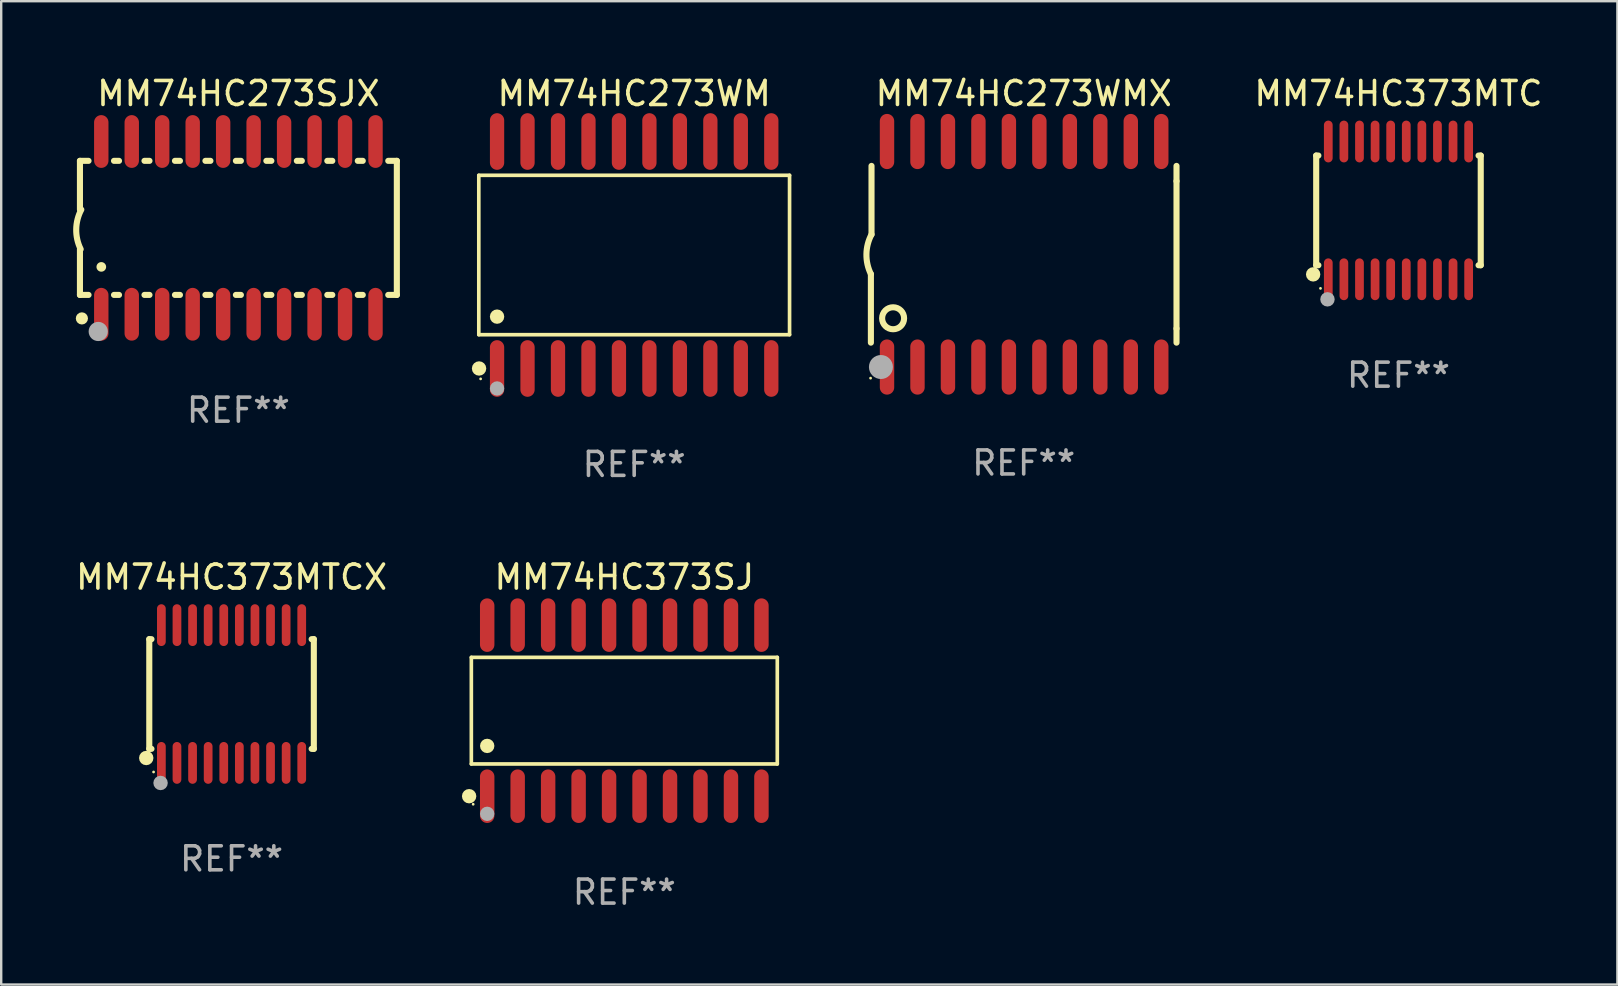
<source format=kicad_pcb>
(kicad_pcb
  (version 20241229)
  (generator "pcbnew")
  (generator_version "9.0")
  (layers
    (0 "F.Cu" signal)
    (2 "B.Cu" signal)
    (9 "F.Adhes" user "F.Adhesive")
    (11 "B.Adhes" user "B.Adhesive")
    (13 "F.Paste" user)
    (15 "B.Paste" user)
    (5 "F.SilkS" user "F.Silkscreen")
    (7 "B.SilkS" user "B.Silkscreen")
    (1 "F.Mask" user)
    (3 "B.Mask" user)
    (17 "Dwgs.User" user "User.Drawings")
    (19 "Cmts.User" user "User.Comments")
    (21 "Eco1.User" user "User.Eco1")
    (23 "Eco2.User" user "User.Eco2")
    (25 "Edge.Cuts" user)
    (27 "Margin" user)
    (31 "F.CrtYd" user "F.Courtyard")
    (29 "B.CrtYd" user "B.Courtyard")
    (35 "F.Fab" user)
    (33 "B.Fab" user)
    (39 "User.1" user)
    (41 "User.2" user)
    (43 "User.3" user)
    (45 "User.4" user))
  (footprint "MM74HC373MTCX"
    (layer "F.Cu")
    (at 6.601 25.876)
    (property "Reference" "MM74HC373MTCX" (at 0 -4.871 0) (layer "F.SilkS") (effects (font (size 1 1) (thickness 0.15))))
    (attr through_hole)
    (fp_line (start -3.429 -2.286) (end -3.429 2.286) (stroke (width 0.254) (type solid)) (layer "F.SilkS"))
    (fp_line (start -3.429 2.286) (end -3.338 2.286) (stroke (width 0.254) (type solid)) (layer "F.SilkS"))
    (fp_line (start -3.338 -2.286) (end -3.429 -2.286) (stroke (width 0.254) (type solid)) (layer "F.SilkS"))
    (fp_line (start 3.338 -2.286) (end 3.429 -2.286) (stroke (width 0.254) (type solid)) (layer "F.SilkS"))
    (fp_line (start 3.429 -2.286) (end 3.429 2.286) (stroke (width 0.254) (type solid)) (layer "F.SilkS"))
    (fp_line (start 3.429 2.286) (end 3.338 2.286) (stroke (width 0.254) (type solid)) (layer "F.SilkS"))
    (fp_circle (center -3.556 2.667) (end -3.406 2.667) (stroke (width 0.3) (type solid)) (fill no) (layer "F.SilkS"))
    (fp_circle (center -3.25 3.25) (end -3.22 3.25) (stroke (width 0.06) (type solid)) (fill no) (layer "F.SilkS"))
    (fp_circle (center -2.959 3.707) (end -2.808 3.707) (stroke (width 0.3) (type solid)) (fill no) (layer "F.Fab"))
    (fp_text user "REF**" (at 0 6.871 0) (layer "F.Fab") (effects (font (size 1 1) (thickness 0.15))))
    (pad "1" smd oval (at -2.925 2.871) (size 0.364 1.742) (layers "F.Cu" "F.Mask" "F.Paste"))
    (pad "2" smd oval (at -2.275 2.871) (size 0.364 1.742) (layers "F.Cu" "F.Mask" "F.Paste"))
    (pad "3" smd oval (at -1.625 2.871) (size 0.364 1.742) (layers "F.Cu" "F.Mask" "F.Paste"))
    (pad "4" smd oval (at -0.975 2.871) (size 0.364 1.742) (layers "F.Cu" "F.Mask" "F.Paste"))
    (pad "5" smd oval (at -0.325 2.871) (size 0.364 1.742) (layers "F.Cu" "F.Mask" "F.Paste"))
    (pad "6" smd oval (at 0.325 2.871) (size 0.364 1.742) (layers "F.Cu" "F.Mask" "F.Paste"))
    (pad "7" smd oval (at 0.975 2.871) (size 0.364 1.742) (layers "F.Cu" "F.Mask" "F.Paste"))
    (pad "8" smd oval (at 1.625 2.871) (size 0.364 1.742) (layers "F.Cu" "F.Mask" "F.Paste"))
    (pad "9" smd oval (at 2.275 2.871) (size 0.364 1.742) (layers "F.Cu" "F.Mask" "F.Paste"))
    (pad "10" smd oval (at 2.925 2.871) (size 0.364 1.742) (layers "F.Cu" "F.Mask" "F.Paste"))
    (pad "11" smd oval (at 2.925 -2.871) (size 0.364 1.742) (layers "F.Cu" "F.Mask" "F.Paste"))
    (pad "12" smd oval (at 2.275 -2.871) (size 0.364 1.742) (layers "F.Cu" "F.Mask" "F.Paste"))
    (pad "13" smd oval (at 1.625 -2.871) (size 0.364 1.742) (layers "F.Cu" "F.Mask" "F.Paste"))
    (pad "14" smd oval (at 0.975 -2.871) (size 0.364 1.742) (layers "F.Cu" "F.Mask" "F.Paste"))
    (pad "15" smd oval (at 0.325 -2.871) (size 0.364 1.742) (layers "F.Cu" "F.Mask" "F.Paste"))
    (pad "16" smd oval (at -0.325 -2.871) (size 0.364 1.742) (layers "F.Cu" "F.Mask" "F.Paste"))
    (pad "17" smd oval (at -0.975 -2.871) (size 0.364 1.742) (layers "F.Cu" "F.Mask" "F.Paste"))
    (pad "18" smd oval (at -1.625 -2.871) (size 0.364 1.742) (layers "F.Cu" "F.Mask" "F.Paste"))
    (pad "19" smd oval (at -2.275 -2.871) (size 0.364 1.742) (layers "F.Cu" "F.Mask" "F.Paste"))
    (pad "20" smd oval (at -2.925 -2.871) (size 0.364 1.742) (layers "F.Cu" "F.Mask" "F.Paste")))
  (footprint "MM74HC373SJ"
    (layer "F.Cu")
    (at 22.971 26.57)
    (property "Reference" "MM74HC373SJ" (at 0 -5.565 0) (layer "F.SilkS") (effects (font (size 1 1) (thickness 0.15))))
    (attr through_hole)
    (fp_line (start -6.376 -2.221) (end 6.376 -2.221) (stroke (width 0.152) (type solid)) (layer "F.SilkS"))
    (fp_line (start -6.376 2.221) (end -6.376 -2.221) (stroke (width 0.152) (type solid)) (layer "F.SilkS"))
    (fp_line (start 6.376 -2.221) (end 6.376 2.221) (stroke (width 0.152) (type solid)) (layer "F.SilkS"))
    (fp_line (start 6.376 2.221) (end -6.376 2.221) (stroke (width 0.152) (type solid)) (layer "F.SilkS"))
    (fp_circle (center -6.468 3.565) (end -6.318 3.565) (stroke (width 0.3) (type solid)) (fill no) (layer "F.SilkS"))
    (fp_circle (center -6.3 3.9) (end -6.27 3.9) (stroke (width 0.06) (type solid)) (fill no) (layer "F.SilkS"))
    (fp_circle (center -5.715 1.469) (end -5.565 1.469) (stroke (width 0.3) (type solid)) (fill no) (layer "F.SilkS"))
    (fp_circle (center -5.715 4.3) (end -5.565 4.3) (stroke (width 0.3) (type solid)) (fill no) (layer "F.Fab"))
    (fp_text user "REF**" (at 0 7.565 0) (layer "F.Fab") (effects (font (size 1 1) (thickness 0.15))))
    (pad "1" smd oval (at -5.715 3.565) (size 0.602 2.231) (layers "F.Cu" "F.Mask" "F.Paste"))
    (pad "2" smd oval (at -4.445 3.565) (size 0.602 2.231) (layers "F.Cu" "F.Mask" "F.Paste"))
    (pad "3" smd oval (at -3.175 3.565) (size 0.602 2.231) (layers "F.Cu" "F.Mask" "F.Paste"))
    (pad "4" smd oval (at -1.905 3.565) (size 0.602 2.231) (layers "F.Cu" "F.Mask" "F.Paste"))
    (pad "5" smd oval (at -0.635 3.565) (size 0.602 2.231) (layers "F.Cu" "F.Mask" "F.Paste"))
    (pad "6" smd oval (at 0.635 3.565) (size 0.602 2.231) (layers "F.Cu" "F.Mask" "F.Paste"))
    (pad "7" smd oval (at 1.905 3.565) (size 0.602 2.231) (layers "F.Cu" "F.Mask" "F.Paste"))
    (pad "8" smd oval (at 3.175 3.565) (size 0.602 2.231) (layers "F.Cu" "F.Mask" "F.Paste"))
    (pad "9" smd oval (at 4.445 3.565) (size 0.602 2.231) (layers "F.Cu" "F.Mask" "F.Paste"))
    (pad "10" smd oval (at 5.715 3.565) (size 0.602 2.231) (layers "F.Cu" "F.Mask" "F.Paste"))
    (pad "11" smd oval (at 5.715 -3.565) (size 0.602 2.231) (layers "F.Cu" "F.Mask" "F.Paste"))
    (pad "12" smd oval (at 4.445 -3.565) (size 0.602 2.231) (layers "F.Cu" "F.Mask" "F.Paste"))
    (pad "13" smd oval (at 3.175 -3.565) (size 0.602 2.231) (layers "F.Cu" "F.Mask" "F.Paste"))
    (pad "14" smd oval (at 1.905 -3.565) (size 0.602 2.231) (layers "F.Cu" "F.Mask" "F.Paste"))
    (pad "15" smd oval (at 0.635 -3.565) (size 0.602 2.231) (layers "F.Cu" "F.Mask" "F.Paste"))
    (pad "16" smd oval (at -0.635 -3.565) (size 0.602 2.231) (layers "F.Cu" "F.Mask" "F.Paste"))
    (pad "17" smd oval (at -1.905 -3.565) (size 0.602 2.231) (layers "F.Cu" "F.Mask" "F.Paste"))
    (pad "18" smd oval (at -3.175 -3.565) (size 0.602 2.231) (layers "F.Cu" "F.Mask" "F.Paste"))
    (pad "19" smd oval (at -4.445 -3.565) (size 0.602 2.231) (layers "F.Cu" "F.Mask" "F.Paste"))
    (pad "20" smd oval (at -5.715 -3.565) (size 0.602 2.231) (layers "F.Cu" "F.Mask" "F.Paste")))
  (footprint "MM74HC273WM"
    (layer "F.Cu")
    (at 23.382 7.578)
    (property "Reference" "MM74HC273WM" (at 0 -6.73 0) (layer "F.SilkS") (effects (font (size 1 1) (thickness 0.15))))
    (attr through_hole)
    (fp_line (start -6.476 -3.321) (end 6.476 -3.321) (stroke (width 0.152) (type solid)) (layer "F.SilkS"))
    (fp_line (start -6.476 3.321) (end -6.476 -3.321) (stroke (width 0.152) (type solid)) (layer "F.SilkS"))
    (fp_line (start 6.476 -3.321) (end 6.476 3.321) (stroke (width 0.152) (type solid)) (layer "F.SilkS"))
    (fp_line (start 6.476 3.321) (end -6.476 3.321) (stroke (width 0.152) (type solid)) (layer "F.SilkS"))
    (fp_circle (center -6.465 4.73) (end -6.315 4.73) (stroke (width 0.3) (type solid)) (fill no) (layer "F.SilkS"))
    (fp_circle (center -6.4 5.163) (end -6.37 5.163) (stroke (width 0.06) (type solid)) (fill no) (layer "F.SilkS"))
    (fp_circle (center -5.715 2.569) (end -5.565 2.569) (stroke (width 0.3) (type solid)) (fill no) (layer "F.SilkS"))
    (fp_circle (center -5.715 5.563) (end -5.565 5.563) (stroke (width 0.3) (type solid)) (fill no) (layer "F.Fab"))
    (fp_text user "REF**" (at 0 8.73 0) (layer "F.Fab") (effects (font (size 1 1) (thickness 0.15))))
    (pad "1" smd oval (at -5.715 4.73) (size 0.595 2.36) (layers "F.Cu" "F.Mask" "F.Paste"))
    (pad "2" smd oval (at -4.445 4.73) (size 0.595 2.36) (layers "F.Cu" "F.Mask" "F.Paste"))
    (pad "3" smd oval (at -3.175 4.73) (size 0.595 2.36) (layers "F.Cu" "F.Mask" "F.Paste"))
    (pad "4" smd oval (at -1.905 4.73) (size 0.595 2.36) (layers "F.Cu" "F.Mask" "F.Paste"))
    (pad "5" smd oval (at -0.635 4.73) (size 0.595 2.36) (layers "F.Cu" "F.Mask" "F.Paste"))
    (pad "6" smd oval (at 0.635 4.73) (size 0.595 2.36) (layers "F.Cu" "F.Mask" "F.Paste"))
    (pad "7" smd oval (at 1.905 4.73) (size 0.595 2.36) (layers "F.Cu" "F.Mask" "F.Paste"))
    (pad "8" smd oval (at 3.175 4.73) (size 0.595 2.36) (layers "F.Cu" "F.Mask" "F.Paste"))
    (pad "9" smd oval (at 4.445 4.73) (size 0.595 2.36) (layers "F.Cu" "F.Mask" "F.Paste"))
    (pad "10" smd oval (at 5.715 4.73) (size 0.595 2.36) (layers "F.Cu" "F.Mask" "F.Paste"))
    (pad "11" smd oval (at 5.715 -4.73) (size 0.595 2.36) (layers "F.Cu" "F.Mask" "F.Paste"))
    (pad "12" smd oval (at 4.445 -4.73) (size 0.595 2.36) (layers "F.Cu" "F.Mask" "F.Paste"))
    (pad "13" smd oval (at 3.175 -4.73) (size 0.595 2.36) (layers "F.Cu" "F.Mask" "F.Paste"))
    (pad "14" smd oval (at 1.905 -4.73) (size 0.595 2.36) (layers "F.Cu" "F.Mask" "F.Paste"))
    (pad "15" smd oval (at 0.635 -4.73) (size 0.595 2.36) (layers "F.Cu" "F.Mask" "F.Paste"))
    (pad "16" smd oval (at -0.635 -4.73) (size 0.595 2.36) (layers "F.Cu" "F.Mask" "F.Paste"))
    (pad "17" smd oval (at -1.905 -4.73) (size 0.595 2.36) (layers "F.Cu" "F.Mask" "F.Paste"))
    (pad "18" smd oval (at -3.175 -4.73) (size 0.595 2.36) (layers "F.Cu" "F.Mask" "F.Paste"))
    (pad "19" smd oval (at -4.445 -4.73) (size 0.595 2.36) (layers "F.Cu" "F.Mask" "F.Paste"))
    (pad "20" smd oval (at -5.715 -4.73) (size 0.595 2.36) (layers "F.Cu" "F.Mask" "F.Paste")))
  (footprint "MM74HC373MTC"
    (layer "F.Cu")
    (at 55.237 5.719)
    (property "Reference" "MM74HC373MTC" (at 0 -4.871 0) (layer "F.SilkS") (effects (font (size 1 1) (thickness 0.15))))
    (attr through_hole)
    (fp_line (start -3.429 -2.286) (end -3.429 2.286) (stroke (width 0.254) (type solid)) (layer "F.SilkS"))
    (fp_line (start -3.429 2.286) (end -3.338 2.286) (stroke (width 0.254) (type solid)) (layer "F.SilkS"))
    (fp_line (start -3.338 -2.286) (end -3.429 -2.286) (stroke (width 0.254) (type solid)) (layer "F.SilkS"))
    (fp_line (start 3.338 -2.286) (end 3.429 -2.286) (stroke (width 0.254) (type solid)) (layer "F.SilkS"))
    (fp_line (start 3.429 -2.286) (end 3.429 2.286) (stroke (width 0.254) (type solid)) (layer "F.SilkS"))
    (fp_line (start 3.429 2.286) (end 3.338 2.286) (stroke (width 0.254) (type solid)) (layer "F.SilkS"))
    (fp_circle (center -3.556 2.667) (end -3.406 2.667) (stroke (width 0.3) (type solid)) (fill no) (layer "F.SilkS"))
    (fp_circle (center -3.25 3.25) (end -3.22 3.25) (stroke (width 0.06) (type solid)) (fill no) (layer "F.SilkS"))
    (fp_circle (center -2.959 3.707) (end -2.808 3.707) (stroke (width 0.3) (type solid)) (fill no) (layer "F.Fab"))
    (fp_text user "REF**" (at 0 6.871 0) (layer "F.Fab") (effects (font (size 1 1) (thickness 0.15))))
    (pad "1" smd oval (at -2.925 2.871) (size 0.364 1.742) (layers "F.Cu" "F.Mask" "F.Paste"))
    (pad "2" smd oval (at -2.275 2.871) (size 0.364 1.742) (layers "F.Cu" "F.Mask" "F.Paste"))
    (pad "3" smd oval (at -1.625 2.871) (size 0.364 1.742) (layers "F.Cu" "F.Mask" "F.Paste"))
    (pad "4" smd oval (at -0.975 2.871) (size 0.364 1.742) (layers "F.Cu" "F.Mask" "F.Paste"))
    (pad "5" smd oval (at -0.325 2.871) (size 0.364 1.742) (layers "F.Cu" "F.Mask" "F.Paste"))
    (pad "6" smd oval (at 0.325 2.871) (size 0.364 1.742) (layers "F.Cu" "F.Mask" "F.Paste"))
    (pad "7" smd oval (at 0.975 2.871) (size 0.364 1.742) (layers "F.Cu" "F.Mask" "F.Paste"))
    (pad "8" smd oval (at 1.625 2.871) (size 0.364 1.742) (layers "F.Cu" "F.Mask" "F.Paste"))
    (pad "9" smd oval (at 2.275 2.871) (size 0.364 1.742) (layers "F.Cu" "F.Mask" "F.Paste"))
    (pad "10" smd oval (at 2.925 2.871) (size 0.364 1.742) (layers "F.Cu" "F.Mask" "F.Paste"))
    (pad "11" smd oval (at 2.925 -2.871) (size 0.364 1.742) (layers "F.Cu" "F.Mask" "F.Paste"))
    (pad "12" smd oval (at 2.275 -2.871) (size 0.364 1.742) (layers "F.Cu" "F.Mask" "F.Paste"))
    (pad "13" smd oval (at 1.625 -2.871) (size 0.364 1.742) (layers "F.Cu" "F.Mask" "F.Paste"))
    (pad "14" smd oval (at 0.975 -2.871) (size 0.364 1.742) (layers "F.Cu" "F.Mask" "F.Paste"))
    (pad "15" smd oval (at 0.325 -2.871) (size 0.364 1.742) (layers "F.Cu" "F.Mask" "F.Paste"))
    (pad "16" smd oval (at -0.325 -2.871) (size 0.364 1.742) (layers "F.Cu" "F.Mask" "F.Paste"))
    (pad "17" smd oval (at -0.975 -2.871) (size 0.364 1.742) (layers "F.Cu" "F.Mask" "F.Paste"))
    (pad "18" smd oval (at -1.625 -2.871) (size 0.364 1.742) (layers "F.Cu" "F.Mask" "F.Paste"))
    (pad "19" smd oval (at -2.275 -2.871) (size 0.364 1.742) (layers "F.Cu" "F.Mask" "F.Paste"))
    (pad "20" smd oval (at -2.925 -2.871) (size 0.364 1.742) (layers "F.Cu" "F.Mask" "F.Paste")))
  (footprint "MM74HC273WMX"
    (layer "F.Cu")
    (at 39.617 7.548)
    (property "Reference" "MM74HC273WMX" (at 0 -6.7 0) (layer "F.SilkS") (effects (font (size 1 1) (thickness 0.15))))
    (attr through_hole)
    (fp_line (start -6.369 0.826) (end -6.369 3.683) (stroke (width 0.254) (type solid)) (layer "F.SilkS"))
    (fp_line (start -6.343 -0.825) (end -6.343 -3.683) (stroke (width 0.254) (type solid)) (layer "F.SilkS"))
    (fp_line (start 6.369 -3.048) (end 6.369 -3.683) (stroke (width 0.254) (type solid)) (layer "F.SilkS"))
    (fp_line (start 6.369 -3.048) (end 6.369 3.096) (stroke (width 0.254) (type solid)) (layer "F.SilkS"))
    (fp_line (start 6.369 3.096) (end 6.369 3.683) (stroke (width 0.254) (type solid)) (layer "F.SilkS"))
    (fp_arc (start -6.36853 0.825552) (mid -6.554743 -0.00301) (end -6.343129 -0.825451) (stroke (width 0.254001) (type solid)) (layer "F.SilkS"))
    (fp_circle (center -6.382 5.163) (end -6.352 5.163) (stroke (width 0.06) (type solid)) (fill no) (layer "F.SilkS"))
    (fp_circle (center -5.443 2.667) (end -4.985 2.667) (stroke (width 0.254) (type solid)) (fill no) (layer "F.SilkS"))
    (fp_circle (center -5.951 4.699) (end -5.701 4.699) (stroke (width 0.5) (type solid)) (fill no) (layer "F.Fab"))
    (fp_text user "REF**" (at 0 8.7 0) (layer "F.Fab") (effects (font (size 1 1) (thickness 0.15))))
    (pad "1" smd oval (at -5.697 4.7 180) (size 0.6 2.3) (layers "F.Cu" "F.Mask" "F.Paste"))
    (pad "2" smd oval (at -4.427 4.7 180) (size 0.6 2.3) (layers "F.Cu" "F.Mask" "F.Paste"))
    (pad "3" smd oval (at -3.157 4.7 180) (size 0.6 2.3) (layers "F.Cu" "F.Mask" "F.Paste"))
    (pad "4" smd oval (at -1.887 4.7 180) (size 0.6 2.3) (layers "F.Cu" "F.Mask" "F.Paste"))
    (pad "5" smd oval (at -0.617 4.7 180) (size 0.6 2.3) (layers "F.Cu" "F.Mask" "F.Paste"))
    (pad "6" smd oval (at 0.653 4.7 180) (size 0.6 2.3) (layers "F.Cu" "F.Mask" "F.Paste"))
    (pad "7" smd oval (at 1.923 4.7 180) (size 0.6 2.3) (layers "F.Cu" "F.Mask" "F.Paste"))
    (pad "8" smd oval (at 3.193 4.7 180) (size 0.6 2.3) (layers "F.Cu" "F.Mask" "F.Paste"))
    (pad "9" smd oval (at 4.463 4.7 180) (size 0.6 2.3) (layers "F.Cu" "F.Mask" "F.Paste"))
    (pad "10" smd oval (at 5.734 4.7 180) (size 0.6 2.3) (layers "F.Cu" "F.Mask" "F.Paste"))
    (pad "11" smd oval (at 5.734 -4.7 180) (size 0.6 2.3) (layers "F.Cu" "F.Mask" "F.Paste"))
    (pad "12" smd oval (at 4.463 -4.7 180) (size 0.6 2.3) (layers "F.Cu" "F.Mask" "F.Paste"))
    (pad "13" smd oval (at 3.193 -4.7 180) (size 0.6 2.3) (layers "F.Cu" "F.Mask" "F.Paste"))
    (pad "14" smd oval (at 1.923 -4.7 180) (size 0.6 2.3) (layers "F.Cu" "F.Mask" "F.Paste"))
    (pad "15" smd oval (at 0.653 -4.7 180) (size 0.6 2.3) (layers "F.Cu" "F.Mask" "F.Paste"))
    (pad "16" smd oval (at -0.617 -4.7 180) (size 0.6 2.3) (layers "F.Cu" "F.Mask" "F.Paste"))
    (pad "17" smd oval (at -1.887 -4.7 180) (size 0.6 2.3) (layers "F.Cu" "F.Mask" "F.Paste"))
    (pad "18" smd oval (at -3.157 -4.7 180) (size 0.6 2.3) (layers "F.Cu" "F.Mask" "F.Paste"))
    (pad "19" smd oval (at -4.427 -4.7 180) (size 0.6 2.3) (layers "F.Cu" "F.Mask" "F.Paste"))
    (pad "20" smd oval (at -5.697 -4.7 180) (size 0.6 2.3) (layers "F.Cu" "F.Mask" "F.Paste")))
  (footprint "MM74HC273SJX"
    (layer "F.Cu")
    (at 6.886 6.448)
    (property "Reference" "MM74HC273SJX" (at 0 -5.6 0) (layer "F.SilkS") (effects (font (size 1 1) (thickness 0.15))))
    (attr through_hole)
    (fp_line (start -6.604 -2.794) (end -6.246 -2.794) (stroke (width 0.254) (type solid)) (layer "F.SilkS"))
    (fp_line (start -6.604 -0.762) (end -6.604 -2.794) (stroke (width 0.254) (type solid)) (layer "F.SilkS"))
    (fp_line (start -6.604 2.794) (end -6.604 0.889) (stroke (width 0.254) (type solid)) (layer "F.SilkS"))
    (fp_line (start -6.246 2.794) (end -6.604 2.794) (stroke (width 0.254) (type solid)) (layer "F.SilkS"))
    (fp_line (start -5.184 -2.794) (end -4.976 -2.794) (stroke (width 0.254) (type solid)) (layer "F.SilkS"))
    (fp_line (start -4.976 2.794) (end -5.184 2.794) (stroke (width 0.254) (type solid)) (layer "F.SilkS"))
    (fp_line (start -3.914 -2.794) (end -3.706 -2.794) (stroke (width 0.254) (type solid)) (layer "F.SilkS"))
    (fp_line (start -3.706 2.794) (end -3.914 2.794) (stroke (width 0.254) (type solid)) (layer "F.SilkS"))
    (fp_line (start -2.644 -2.794) (end -2.436 -2.794) (stroke (width 0.254) (type solid)) (layer "F.SilkS"))
    (fp_line (start -2.436 2.794) (end -2.644 2.794) (stroke (width 0.254) (type solid)) (layer "F.SilkS"))
    (fp_line (start -1.374 -2.794) (end -1.166 -2.794) (stroke (width 0.254) (type solid)) (layer "F.SilkS"))
    (fp_line (start -1.166 2.794) (end -1.374 2.794) (stroke (width 0.254) (type solid)) (layer "F.SilkS"))
    (fp_line (start -0.104 -2.794) (end 0.104 -2.794) (stroke (width 0.254) (type solid)) (layer "F.SilkS"))
    (fp_line (start 0.104 2.794) (end -0.104 2.794) (stroke (width 0.254) (type solid)) (layer "F.SilkS"))
    (fp_line (start 1.166 -2.794) (end 1.374 -2.794) (stroke (width 0.254) (type solid)) (layer "F.SilkS"))
    (fp_line (start 1.374 2.794) (end 1.166 2.794) (stroke (width 0.254) (type solid)) (layer "F.SilkS"))
    (fp_line (start 2.436 -2.794) (end 2.644 -2.794) (stroke (width 0.254) (type solid)) (layer "F.SilkS"))
    (fp_line (start 2.644 2.794) (end 2.436 2.794) (stroke (width 0.254) (type solid)) (layer "F.SilkS"))
    (fp_line (start 3.706 -2.794) (end 3.914 -2.794) (stroke (width 0.254) (type solid)) (layer "F.SilkS"))
    (fp_line (start 3.914 2.794) (end 3.706 2.794) (stroke (width 0.254) (type solid)) (layer "F.SilkS"))
    (fp_line (start 4.976 -2.794) (end 5.184 -2.794) (stroke (width 0.254) (type solid)) (layer "F.SilkS"))
    (fp_line (start 5.184 2.794) (end 4.976 2.794) (stroke (width 0.254) (type solid)) (layer "F.SilkS"))
    (fp_line (start 6.246 -2.794) (end 6.604 -2.794) (stroke (width 0.254) (type solid)) (layer "F.SilkS"))
    (fp_line (start 6.604 -2.794) (end 6.604 2.794) (stroke (width 0.254) (type solid)) (layer "F.SilkS"))
    (fp_line (start 6.604 2.794) (end 6.246 2.794) (stroke (width 0.254) (type solid)) (layer "F.SilkS"))
    (fp_arc (start -6.572821 0.889028) (mid -6.759035 0.060466) (end -6.547422 -0.761976) (stroke (width 0.254001) (type solid)) (layer "F.SilkS"))
    (fp_arc (start -6.570993 3.749047) (mid -6.569723 3.749042) (end -6.568453 3.749047) (stroke (width 0.3) (type solid)) (layer "F.SilkS"))
    (fp_arc (start -5.715011 1.625603) (mid -5.713741 1.625599) (end -5.712471 1.625603) (stroke (width 0.4) (type solid)) (layer "F.SilkS"))
    (fp_circle (center -6.523 3.773) (end -6.396 3.773) (stroke (width 0.254) (type solid)) (fill no) (layer "F.SilkS"))
    (fp_circle (center -5.842 4.318) (end -5.642 4.318) (stroke (width 0.4) (type solid)) (fill no) (layer "F.Fab"))
    (fp_text user "REF**" (at 0 7.6 0) (layer "F.Fab") (effects (font (size 1 1) (thickness 0.15))))
    (pad "1" smd oval (at -5.715 3.6) (size 0.6 2.2) (layers "F.Cu" "F.Mask" "F.Paste"))
    (pad "2" smd oval (at -4.445 3.6) (size 0.6 2.2) (layers "F.Cu" "F.Mask" "F.Paste"))
    (pad "3" smd oval (at -3.175 3.6) (size 0.6 2.2) (layers "F.Cu" "F.Mask" "F.Paste"))
    (pad "4" smd oval (at -1.905 3.6) (size 0.6 2.2) (layers "F.Cu" "F.Mask" "F.Paste"))
    (pad "5" smd oval (at -0.635 3.6) (size 0.6 2.2) (layers "F.Cu" "F.Mask" "F.Paste"))
    (pad "6" smd oval (at 0.635 3.6) (size 0.6 2.2) (layers "F.Cu" "F.Mask" "F.Paste"))
    (pad "7" smd oval (at 1.905 3.6) (size 0.6 2.2) (layers "F.Cu" "F.Mask" "F.Paste"))
    (pad "8" smd oval (at 3.175 3.6) (size 0.6 2.2) (layers "F.Cu" "F.Mask" "F.Paste"))
    (pad "9" smd oval (at 4.445 3.6) (size 0.6 2.2) (layers "F.Cu" "F.Mask" "F.Paste"))
    (pad "10" smd oval (at 5.715 3.6) (size 0.6 2.2) (layers "F.Cu" "F.Mask" "F.Paste"))
    (pad "11" smd oval (at 5.715 -3.6 180) (size 0.6 2.2) (layers "F.Cu" "F.Mask" "F.Paste"))
    (pad "12" smd oval (at 4.445 -3.6 180) (size 0.6 2.2) (layers "F.Cu" "F.Mask" "F.Paste"))
    (pad "13" smd oval (at 3.175 -3.6 180) (size 0.6 2.2) (layers "F.Cu" "F.Mask" "F.Paste"))
    (pad "14" smd oval (at 1.905 -3.6 180) (size 0.6 2.2) (layers "F.Cu" "F.Mask" "F.Paste"))
    (pad "15" smd oval (at 0.635 -3.6 180) (size 0.6 2.2) (layers "F.Cu" "F.Mask" "F.Paste"))
    (pad "16" smd oval (at -0.635 -3.6 180) (size 0.6 2.2) (layers "F.Cu" "F.Mask" "F.Paste"))
    (pad "17" smd oval (at -1.905 -3.6 180) (size 0.6 2.2) (layers "F.Cu" "F.Mask" "F.Paste"))
    (pad "18" smd oval (at -3.175 -3.6 180) (size 0.6 2.2) (layers "F.Cu" "F.Mask" "F.Paste"))
    (pad "19" smd oval (at -4.445 -3.6 180) (size 0.6 2.2) (layers "F.Cu" "F.Mask" "F.Paste"))
    (pad "20" smd oval (at -5.715 -3.6 180) (size 0.6 2.2) (layers "F.Cu" "F.Mask" "F.Paste")))
  (gr_rect
    (start -3 -3)
    (end 64.362 37.984)
    (stroke (width 0.1) (type default))
    (fill no)
    (layer "Edge.Cuts")))
</source>
